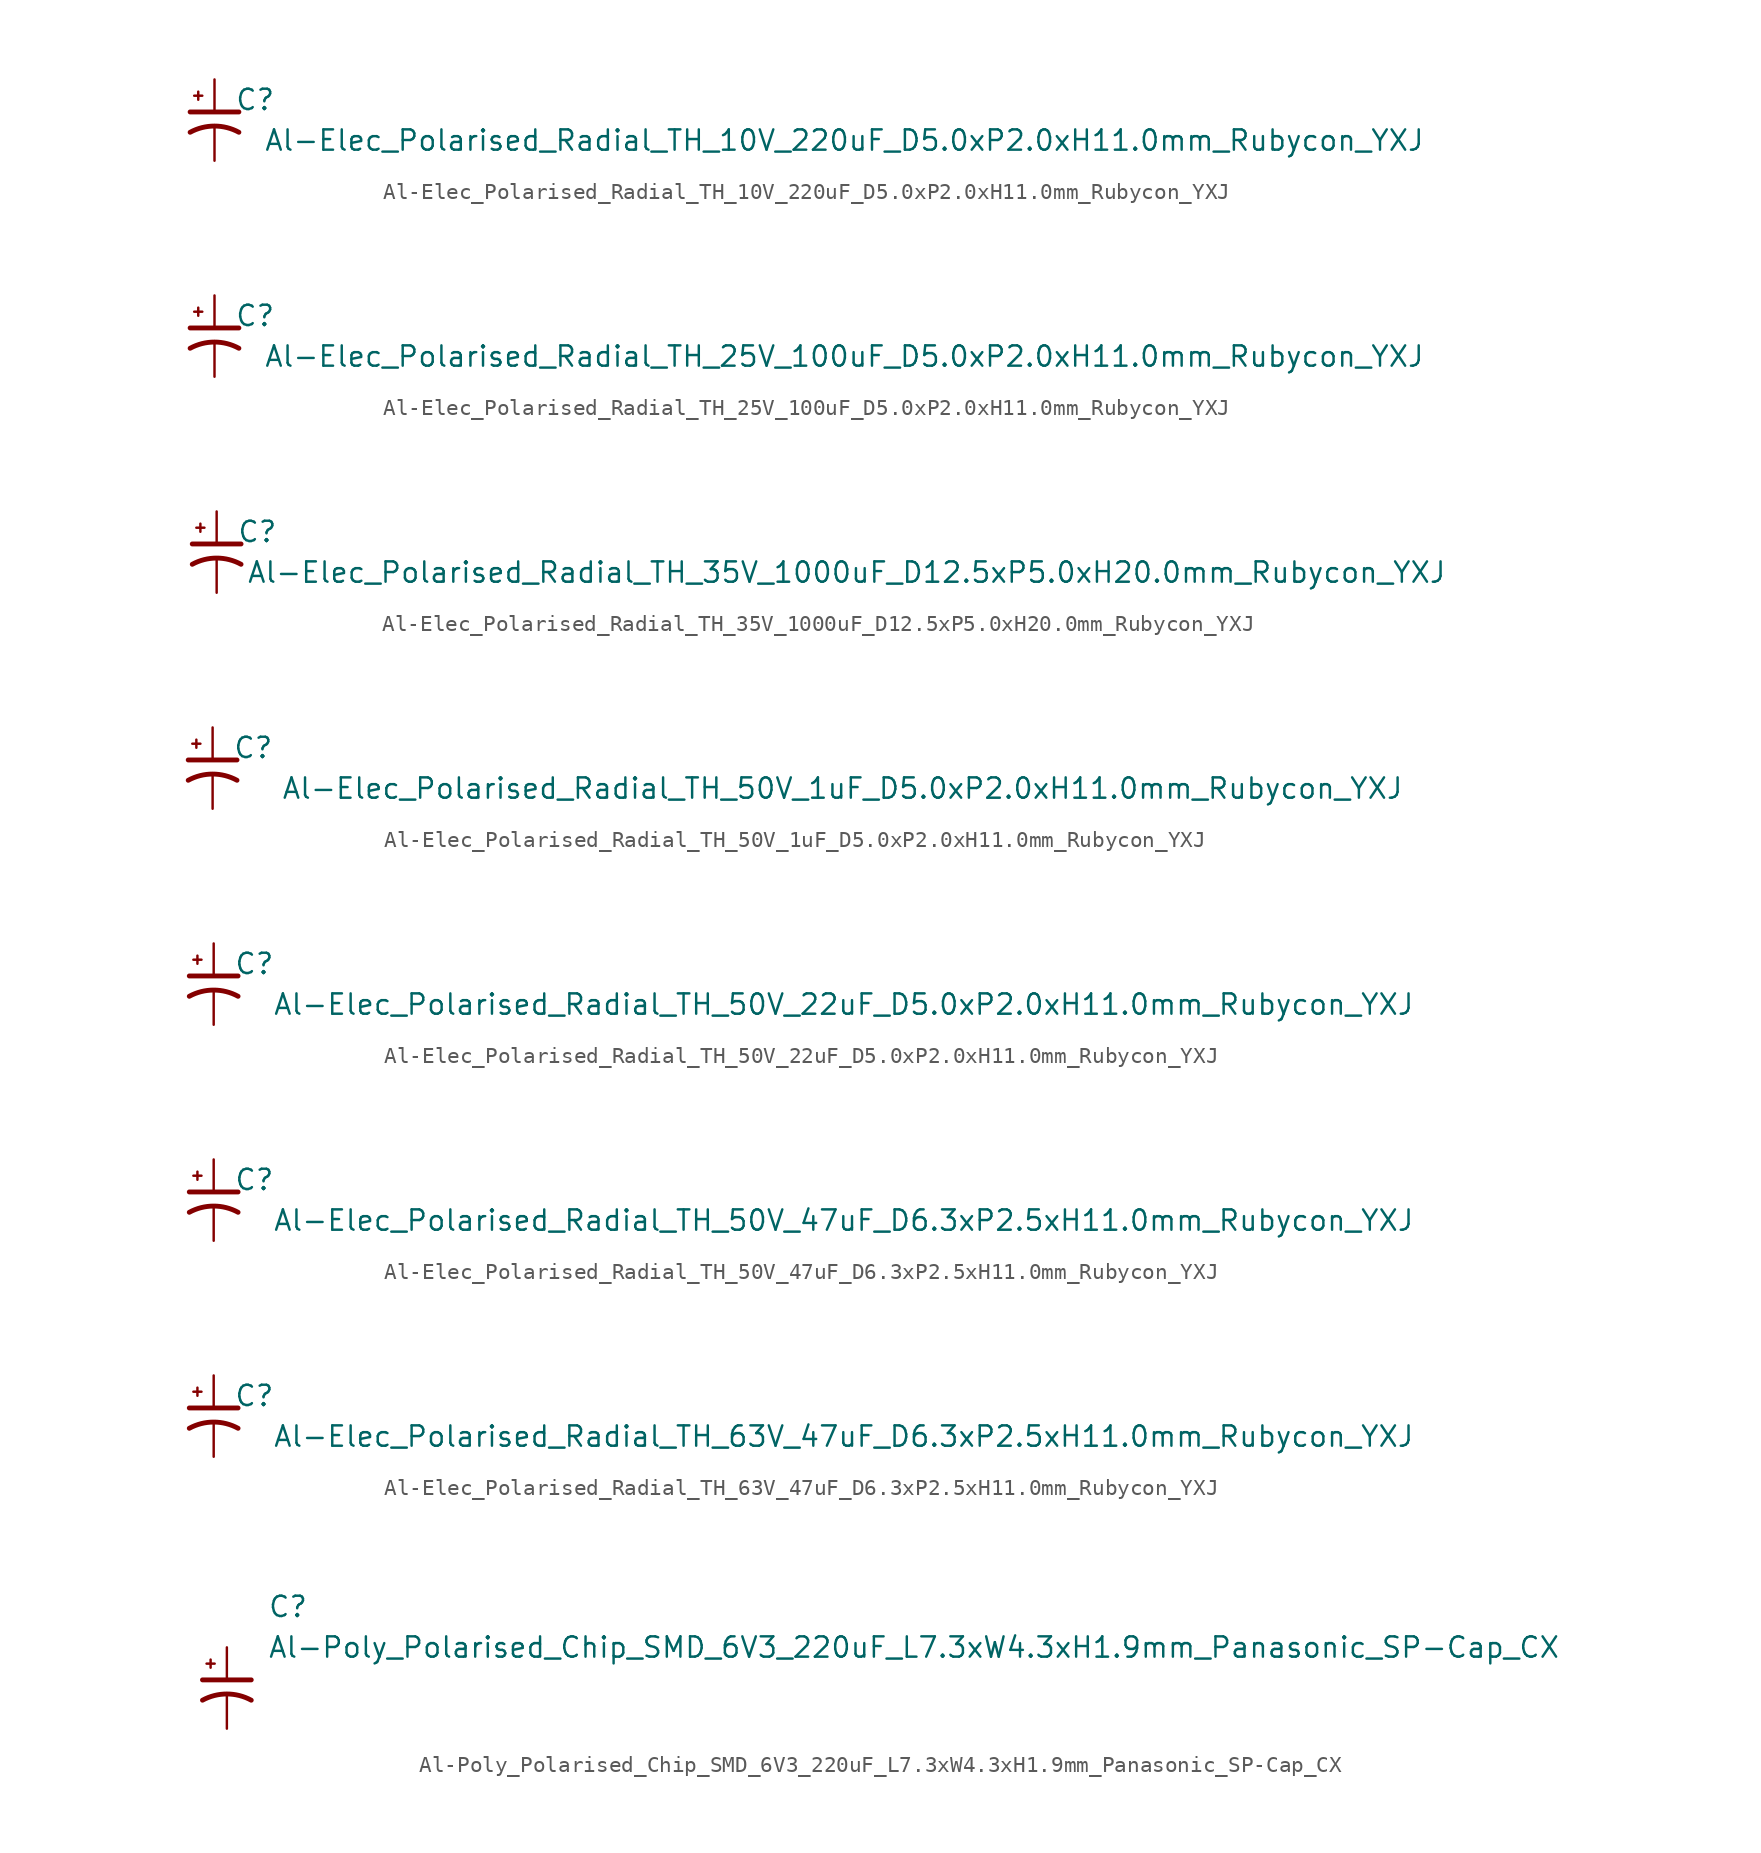
<source format=kicad_sym>
(kicad_symbol_lib
  (version 20241209)
  (generator "kicad_symbol_editor")
  (generator_version "9.0")
  (symbol "Al-Elec_Polarised_Radial_TH_10V_220uF_D5.0xP2.0xH11.0mm_Rubycon_YXJ"
    (pin_numbers
      (hide yes))
    (pin_names
      (offset 1.27)
      (hide yes))
    (property "Reference" "C"
      (at 2.54 1.27 0)
      (effects (font (size 1.27 1.27))))
    (property "Value" "Al-Elec_Polarised_Radial_TH_10V_220uF_D5.0xP2.0xH11.0mm_Rubycon_YXJ"
      (at 39.37 -1.27 0)
      (effects (font (size 1.27 1.27))))
    (symbol "Al-Elec_Polarised_Radial_TH_10V_220uF_D5.0xP2.0xH11.0mm_Rubycon_YXJ_1_1"
      (polyline (pts (xy -1.524 0.508) (xy 1.524 0.508)) (stroke (width 0.305) (type default)) (fill (type none)))
      (polyline (pts (xy -1.27 1.524) (xy -0.762 1.524)) (stroke (width 0) (type default)) (fill (type none)))
      (polyline (pts (xy -1.016 1.27) (xy -1.016 1.778)) (stroke (width 0) (type default)) (fill (type none)))
      (arc (start -1.524 -0.762) (mid 0 -0.3734) (end 1.524 -0.762) (stroke (width 0.3048) (type default)) (fill (type none)))
      (pin passive line (at 0 2.54 270) (length 2.032) (name "~" (effects (font (size 1.27 1.27)))) (number "1" (effects (font (size 1.27 1.27)))))
      (pin passive line (at 0 -2.54 90) (length 2.032) (name "~" (effects (font (size 1.27 1.27)))) (number "2" (effects (font (size 1.27 1.27)))))))
  (symbol "Al-Elec_Polarised_Radial_TH_25V_100uF_D5.0xP2.0xH11.0mm_Rubycon_YXJ"
    (pin_numbers
      (hide yes))
    (pin_names
      (offset 1.27)
      (hide yes))
    (property "Reference" "C"
      (at 2.54 1.27 0)
      (effects (font (size 1.27 1.27))))
    (property "Value" "Al-Elec_Polarised_Radial_TH_25V_100uF_D5.0xP2.0xH11.0mm_Rubycon_YXJ"
      (at 39.37 -1.27 0)
      (effects (font (size 1.27 1.27))))
    (symbol "Al-Elec_Polarised_Radial_TH_25V_100uF_D5.0xP2.0xH11.0mm_Rubycon_YXJ_1_1"
      (polyline (pts (xy -1.524 0.508) (xy 1.524 0.508)) (stroke (width 0.305) (type default)) (fill (type none)))
      (polyline (pts (xy -1.27 1.524) (xy -0.762 1.524)) (stroke (width 0) (type default)) (fill (type none)))
      (polyline (pts (xy -1.016 1.27) (xy -1.016 1.778)) (stroke (width 0) (type default)) (fill (type none)))
      (arc (start -1.524 -0.762) (mid 0 -0.3734) (end 1.524 -0.762) (stroke (width 0.3048) (type default)) (fill (type none)))
      (pin passive line (at 0 2.54 270) (length 2.032) (name "~" (effects (font (size 1.27 1.27)))) (number "1" (effects (font (size 1.27 1.27)))))
      (pin passive line (at 0 -2.54 90) (length 2.032) (name "~" (effects (font (size 1.27 1.27)))) (number "2" (effects (font (size 1.27 1.27)))))))
  (symbol "Al-Elec_Polarised_Radial_TH_35V_1000uF_D12.5xP5.0xH20.0mm_Rubycon_YXJ"
    (pin_numbers
      (hide yes))
    (pin_names
      (offset 1.27)
      (hide yes))
    (property "Reference" "C"
      (at 2.54 1.27 0)
      (effects (font (size 1.27 1.27))))
    (property "Value" "Al-Elec_Polarised_Radial_TH_35V_1000uF_D12.5xP5.0xH20.0mm_Rubycon_YXJ"
      (at 39.37 -1.27 0)
      (effects (font (size 1.27 1.27))))
    (symbol "Al-Elec_Polarised_Radial_TH_35V_1000uF_D12.5xP5.0xH20.0mm_Rubycon_YXJ_1_1"
      (polyline (pts (xy -1.524 0.508) (xy 1.524 0.508)) (stroke (width 0.305) (type default)) (fill (type none)))
      (polyline (pts (xy -1.27 1.524) (xy -0.762 1.524)) (stroke (width 0) (type default)) (fill (type none)))
      (polyline (pts (xy -1.016 1.27) (xy -1.016 1.778)) (stroke (width 0) (type default)) (fill (type none)))
      (arc (start -1.524 -0.762) (mid 0 -0.3734) (end 1.524 -0.762) (stroke (width 0.3048) (type default)) (fill (type none)))
      (pin passive line (at 0 2.54 270) (length 2.032) (name "~" (effects (font (size 1.27 1.27)))) (number "1" (effects (font (size 1.27 1.27)))))
      (pin passive line (at 0 -2.54 90) (length 2.032) (name "~" (effects (font (size 1.27 1.27)))) (number "2" (effects (font (size 1.27 1.27)))))))
  (symbol "Al-Elec_Polarised_Radial_TH_50V_1uF_D5.0xP2.0xH11.0mm_Rubycon_YXJ"
    (pin_numbers
      (hide yes))
    (pin_names
      (offset 1.27)
      (hide yes))
    (property "Reference" "C"
      (at 2.54 1.27 0)
      (effects (font (size 1.27 1.27))))
    (property "Value" "Al-Elec_Polarised_Radial_TH_50V_1uF_D5.0xP2.0xH11.0mm_Rubycon_YXJ"
      (at 39.37 -1.27 0)
      (effects (font (size 1.27 1.27))))
    (symbol "Al-Elec_Polarised_Radial_TH_50V_1uF_D5.0xP2.0xH11.0mm_Rubycon_YXJ_1_1"
      (polyline (pts (xy -1.524 0.508) (xy 1.524 0.508)) (stroke (width 0.305) (type default)) (fill (type none)))
      (polyline (pts (xy -1.27 1.524) (xy -0.762 1.524)) (stroke (width 0) (type default)) (fill (type none)))
      (polyline (pts (xy -1.016 1.27) (xy -1.016 1.778)) (stroke (width 0) (type default)) (fill (type none)))
      (arc (start -1.524 -0.762) (mid 0 -0.3734) (end 1.524 -0.762) (stroke (width 0.3048) (type default)) (fill (type none)))
      (pin passive line (at 0 2.54 270) (length 2.032) (name "~" (effects (font (size 1.27 1.27)))) (number "1" (effects (font (size 1.27 1.27)))))
      (pin passive line (at 0 -2.54 90) (length 2.032) (name "~" (effects (font (size 1.27 1.27)))) (number "2" (effects (font (size 1.27 1.27)))))))
  (symbol "Al-Elec_Polarised_Radial_TH_50V_22uF_D5.0xP2.0xH11.0mm_Rubycon_YXJ"
    (pin_numbers
      (hide yes))
    (pin_names
      (offset 1.27)
      (hide yes))
    (property "Reference" "C"
      (at 2.54 1.27 0)
      (effects (font (size 1.27 1.27))))
    (property "Value" "Al-Elec_Polarised_Radial_TH_50V_22uF_D5.0xP2.0xH11.0mm_Rubycon_YXJ"
      (at 39.37 -1.27 0)
      (effects (font (size 1.27 1.27))))
    (symbol "Al-Elec_Polarised_Radial_TH_50V_22uF_D5.0xP2.0xH11.0mm_Rubycon_YXJ_1_1"
      (polyline (pts (xy -1.524 0.508) (xy 1.524 0.508)) (stroke (width 0.305) (type default)) (fill (type none)))
      (polyline (pts (xy -1.27 1.524) (xy -0.762 1.524)) (stroke (width 0) (type default)) (fill (type none)))
      (polyline (pts (xy -1.016 1.27) (xy -1.016 1.778)) (stroke (width 0) (type default)) (fill (type none)))
      (arc (start -1.524 -0.762) (mid 0 -0.3734) (end 1.524 -0.762) (stroke (width 0.3048) (type default)) (fill (type none)))
      (pin passive line (at 0 2.54 270) (length 2.032) (name "~" (effects (font (size 1.27 1.27)))) (number "1" (effects (font (size 1.27 1.27)))))
      (pin passive line (at 0 -2.54 90) (length 2.032) (name "~" (effects (font (size 1.27 1.27)))) (number "2" (effects (font (size 1.27 1.27)))))))
  (symbol "Al-Elec_Polarised_Radial_TH_50V_47uF_D6.3xP2.5xH11.0mm_Rubycon_YXJ"
    (pin_numbers
      (hide yes))
    (pin_names
      (offset 1.27)
      (hide yes))
    (property "Reference" "C"
      (at 2.54 1.27 0)
      (effects (font (size 1.27 1.27))))
    (property "Value" "Al-Elec_Polarised_Radial_TH_50V_47uF_D6.3xP2.5xH11.0mm_Rubycon_YXJ"
      (at 39.37 -1.27 0)
      (effects (font (size 1.27 1.27))))
    (symbol "Al-Elec_Polarised_Radial_TH_50V_47uF_D6.3xP2.5xH11.0mm_Rubycon_YXJ_1_1"
      (polyline (pts (xy -1.524 0.508) (xy 1.524 0.508)) (stroke (width 0.305) (type default)) (fill (type none)))
      (polyline (pts (xy -1.27 1.524) (xy -0.762 1.524)) (stroke (width 0) (type default)) (fill (type none)))
      (polyline (pts (xy -1.016 1.27) (xy -1.016 1.778)) (stroke (width 0) (type default)) (fill (type none)))
      (arc (start -1.524 -0.762) (mid 0 -0.3734) (end 1.524 -0.762) (stroke (width 0.3048) (type default)) (fill (type none)))
      (pin passive line (at 0 2.54 270) (length 2.032) (name "~" (effects (font (size 1.27 1.27)))) (number "1" (effects (font (size 1.27 1.27)))))
      (pin passive line (at 0 -2.54 90) (length 2.032) (name "~" (effects (font (size 1.27 1.27)))) (number "2" (effects (font (size 1.27 1.27)))))))
  (symbol "Al-Elec_Polarised_Radial_TH_63V_47uF_D6.3xP2.5xH11.0mm_Rubycon_YXJ"
    (pin_numbers
      (hide yes))
    (pin_names
      (offset 1.27)
      (hide yes))
    (property "Reference" "C"
      (at 2.54 1.27 0)
      (effects (font (size 1.27 1.27))))
    (property "Value" "Al-Elec_Polarised_Radial_TH_63V_47uF_D6.3xP2.5xH11.0mm_Rubycon_YXJ"
      (at 39.37 -1.27 0)
      (effects (font (size 1.27 1.27))))
    (symbol "Al-Elec_Polarised_Radial_TH_63V_47uF_D6.3xP2.5xH11.0mm_Rubycon_YXJ_1_1"
      (polyline (pts (xy -1.524 0.508) (xy 1.524 0.508)) (stroke (width 0.305) (type default)) (fill (type none)))
      (polyline (pts (xy -1.27 1.524) (xy -0.762 1.524)) (stroke (width 0) (type default)) (fill (type none)))
      (polyline (pts (xy -1.016 1.27) (xy -1.016 1.778)) (stroke (width 0) (type default)) (fill (type none)))
      (arc (start -1.524 -0.762) (mid 0 -0.3734) (end 1.524 -0.762) (stroke (width 0.3048) (type default)) (fill (type none)))
      (pin passive line (at 0 2.54 270) (length 2.032) (name "~" (effects (font (size 1.27 1.27)))) (number "1" (effects (font (size 1.27 1.27)))))
      (pin passive line (at 0 -2.54 90) (length 2.032) (name "~" (effects (font (size 1.27 1.27)))) (number "2" (effects (font (size 1.27 1.27)))))))
  (symbol "Al-Poly_Polarised_Chip_SMD_6V3_220uF_L7.3xW4.3xH1.9mm_Panasonic_SP-Cap_CX"
    (pin_numbers
      (hide yes))
    (pin_names
      (offset 1.27)
      (hide yes))
    (property "Reference" "C"
      (at 2.54 5.08 0)
      (effects (font (size 1.27 1.27)) (justify left)))
    (property "Value" "Al-Poly_Polarised_Chip_SMD_6V3_220uF_L7.3xW4.3xH1.9mm_Panasonic_SP-Cap_CX"
      (at 2.54 2.54 0)
      (effects (font (size 1.27 1.27)) (justify left)))
    (symbol "Al-Poly_Polarised_Chip_SMD_6V3_220uF_L7.3xW4.3xH1.9mm_Panasonic_SP-Cap_CX_1_1"
      (polyline (pts (xy -1.524 0.508) (xy 1.524 0.508)) (stroke (width 0.305) (type default)) (fill (type none)))
      (polyline (pts (xy -1.27 1.524) (xy -0.762 1.524)) (stroke (width 0) (type default)) (fill (type none)))
      (polyline (pts (xy -1.016 1.27) (xy -1.016 1.778)) (stroke (width 0) (type default)) (fill (type none)))
      (arc (start -1.524 -0.762) (mid 0 -0.3734) (end 1.524 -0.762) (stroke (width 0.3048) (type default)) (fill (type none)))
      (pin passive line (at 0 2.54 270) (length 2.032) (name "~" (effects (font (size 1.27 1.27)))) (number "1" (effects (font (size 1.27 1.27)))))
      (pin passive line (at 0 -2.54 90) (length 2.032) (name "~" (effects (font (size 1.27 1.27)))) (number "2" (effects (font (size 1.27 1.27))))))))
</source>
